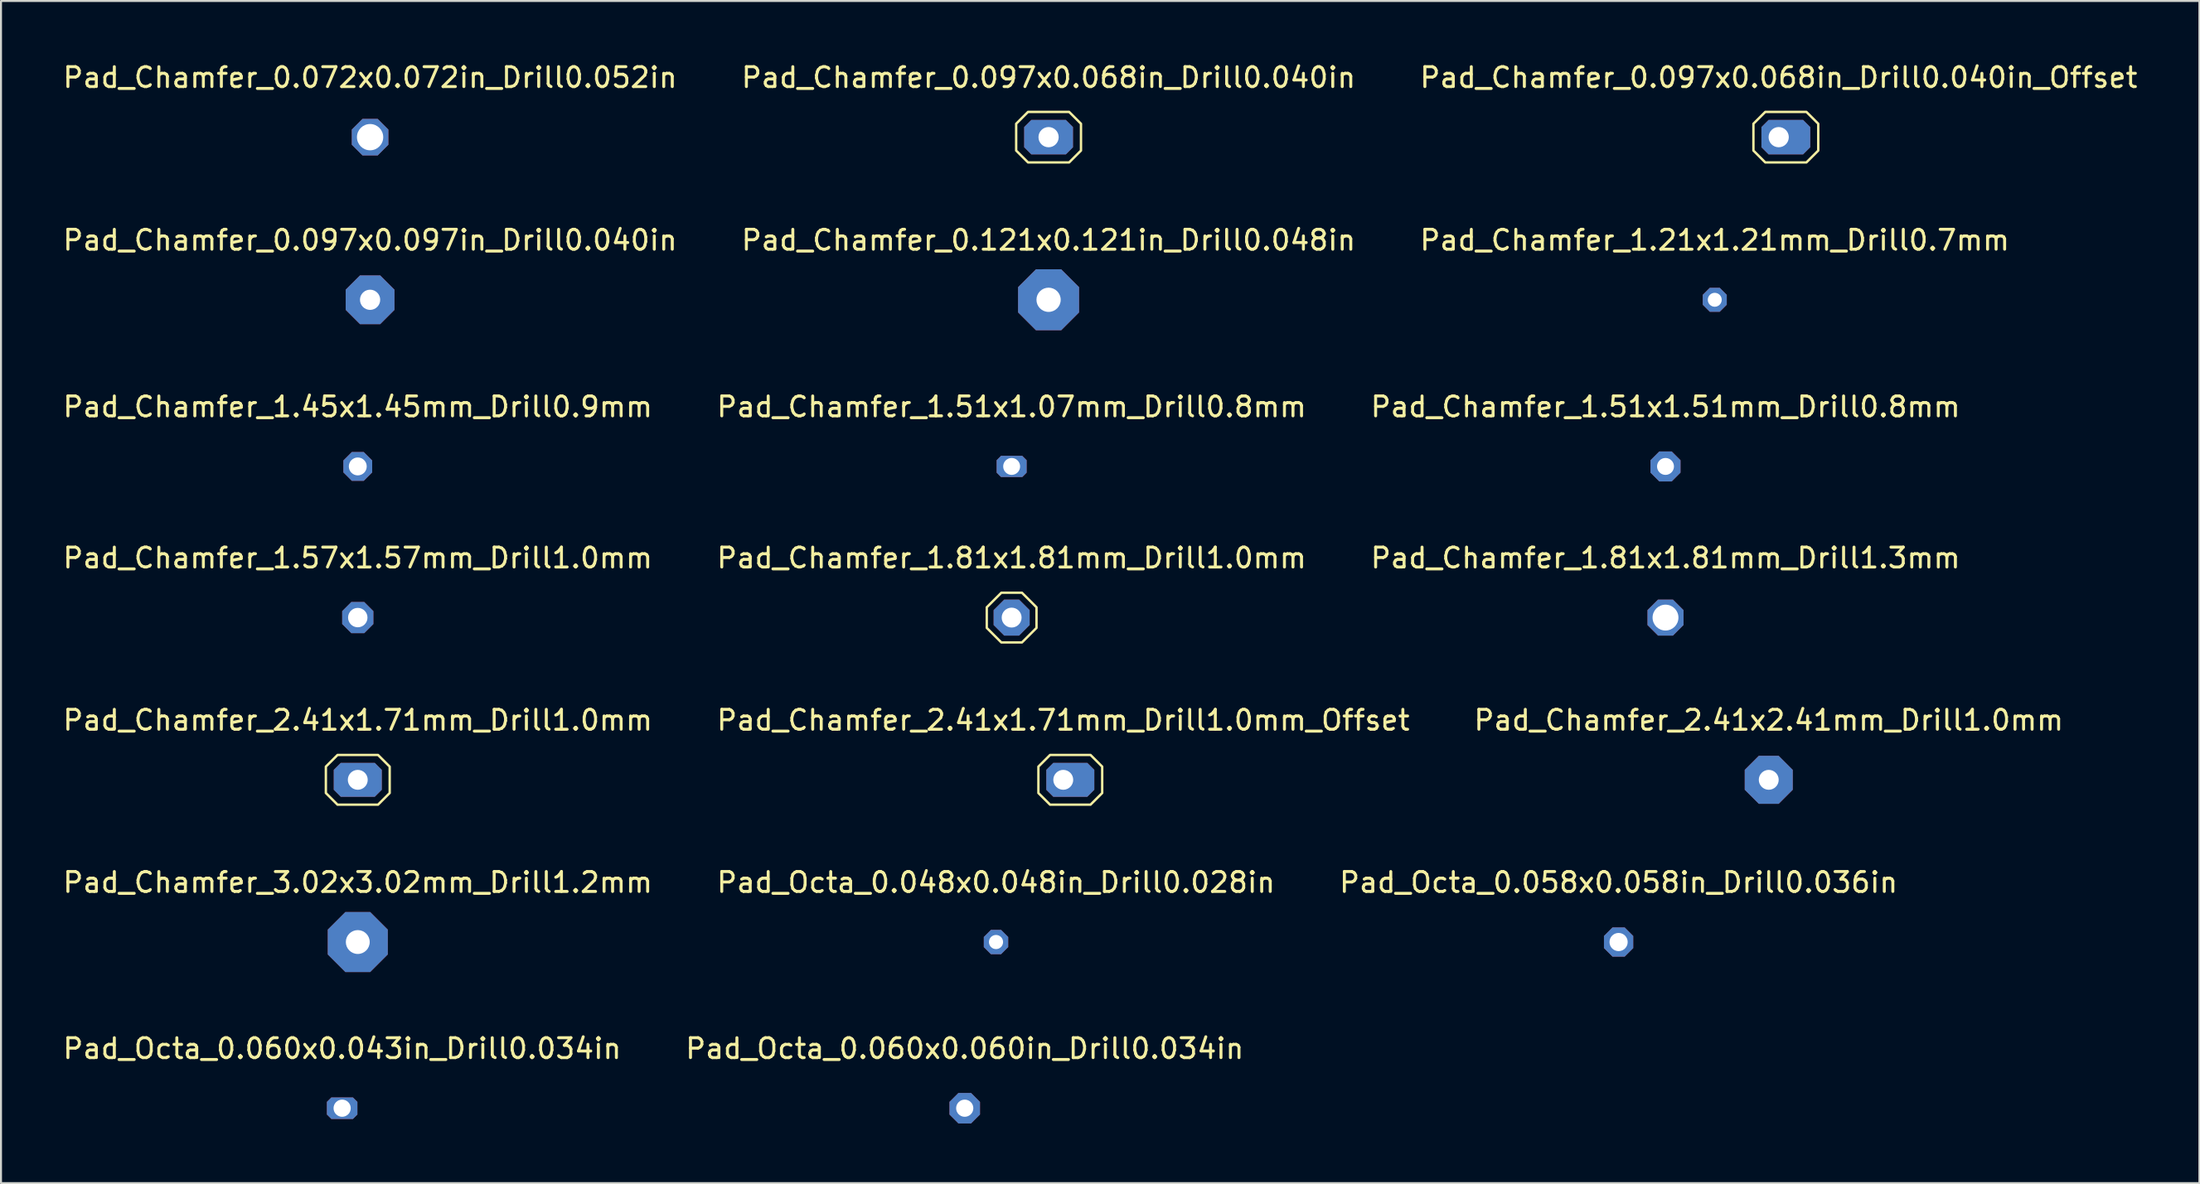
<source format=kicad_pcb>
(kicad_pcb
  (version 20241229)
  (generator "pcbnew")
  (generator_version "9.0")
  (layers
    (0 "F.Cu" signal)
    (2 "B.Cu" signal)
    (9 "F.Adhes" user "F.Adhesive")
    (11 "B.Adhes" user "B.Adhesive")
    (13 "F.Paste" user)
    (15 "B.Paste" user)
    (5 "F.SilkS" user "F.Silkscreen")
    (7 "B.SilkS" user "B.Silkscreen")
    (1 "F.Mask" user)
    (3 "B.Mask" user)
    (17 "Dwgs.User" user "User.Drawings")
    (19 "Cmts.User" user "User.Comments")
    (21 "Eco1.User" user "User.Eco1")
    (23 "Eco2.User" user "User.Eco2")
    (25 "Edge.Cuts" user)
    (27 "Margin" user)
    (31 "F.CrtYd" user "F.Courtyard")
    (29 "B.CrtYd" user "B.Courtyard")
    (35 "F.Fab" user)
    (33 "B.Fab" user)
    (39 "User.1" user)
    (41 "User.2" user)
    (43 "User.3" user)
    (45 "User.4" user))
  (footprint "Pad_Chamfer_2.41x2.41mm_Drill1.0mm"
    (layer "F.Cu")
    (at 85.863 36.169)
    (property "Reference" "Pad_Chamfer_2.41x2.41mm_Drill1.0mm" (at 0 -3 0) (layer "F.SilkS") (effects (font (size 1 1) (thickness 0.15))))
    (attr exclude_from_pos_files exclude_from_bom)
    (pad "1" thru_hole roundrect (at 0 0) (size 2.414 2.414) (drill 1) (layers "*.Cu" "*.Mask") (roundrect_rratio 0) (chamfer_ratio 0.293) (chamfer top_left top_right bottom_left bottom_right)))
  (footprint "Pad_Chamfer_1.51x1.07mm_Drill0.8mm"
    (layer "F.Cu")
    (at 47.804 20.408)
    (property "Reference" "Pad_Chamfer_1.51x1.07mm_Drill0.8mm" (at 0 -3 0) (layer "F.SilkS") (effects (font (size 1 1) (thickness 0.15))))
    (attr exclude_from_pos_files exclude_from_bom)
    (pad "1" connect circle (at -0.221 0) (size 0.85 0.85) (layers "F.Cu"))
    (pad "1" connect circle (at -0.221 0) (size 0.85 0.85) (layers "B.Cu"))
    (pad "1" thru_hole roundrect (at 0 0) (size 1.509 1.067) (drill 0.85) (layers "*.Cu" "*.Mask") (roundrect_rratio 0) (chamfer_ratio 0.207) (chamfer top_left top_right bottom_left bottom_right))
    (pad "1" connect circle (at 0.221 0) (size 0.85 0.85) (layers "F.Cu"))
    (pad "1" connect circle (at 0.221 0) (size 0.85 0.85) (layers "B.Cu")))
  (footprint "Pad_Chamfer_0.097x0.068in_Drill0.040in_Offset"
    (layer "F.Cu")
    (at 86.363 3.848)
    (property "Reference" "Pad_Chamfer_0.097x0.068in_Drill0.040in_Offset" (at 0 -3 0) (layer "F.SilkS") (effects (font (size 1 1) (thickness 0.15))))
    (attr exclude_from_pos_files exclude_from_bom)
    (fp_poly (pts (xy 1.988 0.675) (xy 1.393 1.27) (xy -0.675 1.27) (xy -1.27 0.675) (xy -1.27 -0.675) (xy -0.675 -1.27) (xy 1.393 -1.27) (xy 1.988 -0.675)) (stroke (width 0.12) (type default)) (fill no) (layer "F.SilkS"))
    (pad "1" thru_hole roundrect (at 0 0) (size 2.453 1.734) (drill 1.016 (offset 0.359 0)) (layers "*.Cu" "*.Mask") (roundrect_rratio 0) (chamfer_ratio 0.207) (chamfer top_left top_right bottom_left bottom_right))
    (pad "1" connect circle (at 0.359 0) (size 1.016 1.016) (layers "F.Cu"))
    (pad "1" connect circle (at 0.359 0) (size 1.016 1.016) (layers "B.Cu"))
    (pad "1" connect circle (at 0.718 0) (size 1.016 1.016) (layers "F.Cu"))
    (pad "1" connect circle (at 0.718 0) (size 1.016 1.016) (layers "B.Cu")))
  (footprint "Pad_Octa_0.058x0.058in_Drill0.036in"
    (layer "F.Cu")
    (at 78.315 44.327)
    (property "Reference" "Pad_Octa_0.058x0.058in_Drill0.036in" (at 0 -3 0) (layer "F.SilkS") (effects (font (size 1 1) (thickness 0.15))))
    (attr exclude_from_pos_files exclude_from_bom)
    (pad "1" thru_hole custom (at 0 0) (size 1.472 1.472) (drill 0.914) (layers "*.Cu" "*.Mask") (options (anchor circle)) (primitives (gr_poly (pts (xy 0.736 0.305) (xy 0.305 0.736) (xy -0.305 0.736) (xy -0.736 0.305) (xy -0.736 -0.305) (xy -0.305 -0.736) (xy 0.305 -0.736) (xy 0.736 -0.305)) (width 0) (fill yes)))))
  (footprint "Pad_Chamfer_2.41x1.71mm_Drill1.0mm"
    (layer "F.Cu")
    (at 14.935 36.169)
    (property "Reference" "Pad_Chamfer_2.41x1.71mm_Drill1.0mm" (at 0 -3 0) (layer "F.SilkS") (effects (font (size 1 1) (thickness 0.15))))
    (attr exclude_from_pos_files exclude_from_bom)
    (fp_poly (pts (xy 1.604 0.664) (xy 1.018 1.25) (xy -1.018 1.25) (xy -1.604 0.664) (xy -1.604 -0.664) (xy -1.018 -1.25) (xy 1.018 -1.25) (xy 1.604 -0.664)) (stroke (width 0.12) (type default)) (fill no) (layer "F.SilkS"))
    (pad "1" connect circle (at -0.354 0) (size 1 1) (layers "F.Cu"))
    (pad "1" connect circle (at -0.354 0) (size 1 1) (layers "B.Cu"))
    (pad "1" thru_hole roundrect (at 0 0) (size 2.414 1.707) (drill 1) (layers "*.Cu" "*.Mask") (roundrect_rratio 0) (chamfer_ratio 0.207) (chamfer top_left top_right bottom_left bottom_right))
    (pad "1" connect circle (at 0.354 0) (size 1 1) (layers "F.Cu"))
    (pad "1" connect circle (at 0.354 0) (size 1 1) (layers "B.Cu")))
  (footprint "Pad_Octa_0.060x0.060in_Drill0.034in"
    (layer "F.Cu")
    (at 45.446 52.684)
    (property "Reference" "Pad_Octa_0.060x0.060in_Drill0.034in" (at 0 -3 0) (layer "F.SilkS") (effects (font (size 1 1) (thickness 0.15))))
    (attr exclude_from_pos_files exclude_from_bom)
    (pad "1" thru_hole custom (at 0 0) (size 1.533 1.533) (drill 0.864) (layers "*.Cu" "*.Mask") (options (anchor circle)) (primitives (gr_poly (pts (xy 0.767 0.318) (xy 0.318 0.767) (xy -0.318 0.767) (xy -0.767 0.318) (xy -0.767 -0.318) (xy -0.318 -0.767) (xy 0.318 -0.767) (xy 0.767 -0.318)) (width 0) (fill yes)))))
  (footprint "Pad_Octa_0.060x0.043in_Drill0.034in"
    (layer "F.Cu")
    (at 14.149 52.684)
    (property "Reference" "Pad_Octa_0.060x0.043in_Drill0.034in" (at 0 -3 0) (layer "F.SilkS") (effects (font (size 1 1) (thickness 0.15))))
    (attr exclude_from_pos_files exclude_from_bom)
    (pad "1" connect circle (at -0.225 0) (size 0.864 0.864) (layers "F.Cu"))
    (pad "1" connect circle (at -0.225 0) (size 0.864 0.864) (layers "B.Cu"))
    (pad "1" thru_hole custom (at 0 0) (size 1.084 1.084) (drill 0.864) (layers "*.Cu" "*.Mask") (options (anchor circle)) (primitives (gr_poly (pts (xy 0.767 0.318) (xy 0.542 0.542) (xy -0.542 0.542) (xy -0.767 0.318) (xy -0.767 -0.318) (xy -0.542 -0.542) (xy 0.542 -0.542) (xy 0.767 -0.318)) (width 0) (fill yes))))
    (pad "1" connect circle (at 0.225 0) (size 0.864 0.864) (layers "F.Cu"))
    (pad "1" connect circle (at 0.225 0) (size 0.864 0.864) (layers "B.Cu")))
  (footprint "Pad_Chamfer_1.51x1.51mm_Drill0.8mm"
    (layer "F.Cu")
    (at 80.673 20.408)
    (property "Reference" "Pad_Chamfer_1.51x1.51mm_Drill0.8mm" (at 0 -3 0) (layer "F.SilkS") (effects (font (size 1 1) (thickness 0.15))))
    (attr exclude_from_pos_files exclude_from_bom)
    (pad "1" thru_hole roundrect (at 0 0) (size 1.509 1.509) (drill 0.85) (layers "*.Cu" "*.Mask") (roundrect_rratio 0) (chamfer_ratio 0.293) (chamfer top_left top_right bottom_left bottom_right)))
  (footprint "Pad_Chamfer_0.121x0.121in_Drill0.048in"
    (layer "F.Cu")
    (at 49.661 12.027)
    (property "Reference" "Pad_Chamfer_0.121x0.121in_Drill0.048in" (at 0 -3 0) (layer "F.SilkS") (effects (font (size 1 1) (thickness 0.15))))
    (attr exclude_from_pos_files exclude_from_bom)
    (pad "1" thru_hole roundrect (at 0 0) (size 3.066 3.066) (drill 1.219) (layers "*.Cu" "*.Mask") (roundrect_rratio 0) (chamfer_ratio 0.293) (chamfer top_left top_right bottom_left bottom_right)))
  (footprint "Pad_Chamfer_2.41x1.71mm_Drill1.0mm_Offset"
    (layer "F.Cu")
    (at 50.399 36.169)
    (property "Reference" "Pad_Chamfer_2.41x1.71mm_Drill1.0mm_Offset" (at 0 -3 0) (layer "F.SilkS") (effects (font (size 1 1) (thickness 0.15))))
    (attr exclude_from_pos_files exclude_from_bom)
    (fp_poly (pts (xy 1.957 0.664) (xy 1.371 1.25) (xy -0.664 1.25) (xy -1.25 0.664) (xy -1.25 -0.664) (xy -0.664 -1.25) (xy 1.371 -1.25) (xy 1.957 -0.664)) (stroke (width 0.12) (type default)) (fill no) (layer "F.SilkS"))
    (pad "1" thru_hole roundrect (at 0 0) (size 2.414 1.707) (drill 1 (offset 0.354 0)) (layers "*.Cu" "*.Mask") (roundrect_rratio 0) (chamfer_ratio 0.207) (chamfer top_left top_right bottom_left bottom_right))
    (pad "1" connect circle (at 0.354 0) (size 1 1) (layers "F.Cu"))
    (pad "1" connect circle (at 0.354 0) (size 1 1) (layers "B.Cu"))
    (pad "1" connect circle (at 0.707 0) (size 1 1) (layers "F.Cu"))
    (pad "1" connect circle (at 0.707 0) (size 1 1) (layers "B.Cu")))
  (footprint "Pad_Chamfer_1.81x1.81mm_Drill1.3mm"
    (layer "F.Cu")
    (at 80.673 28.01)
    (property "Reference" "Pad_Chamfer_1.81x1.81mm_Drill1.3mm" (at 0 -3 0) (layer "F.SilkS") (effects (font (size 1 1) (thickness 0.15))))
    (attr exclude_from_pos_files exclude_from_bom)
    (pad "1" thru_hole roundrect (at 0 0) (size 1.811 1.811) (drill 1.3) (layers "*.Cu" "*.Mask") (roundrect_rratio 0) (chamfer_ratio 0.293) (chamfer top_left top_right bottom_left bottom_right)))
  (footprint "Pad_Chamfer_0.072x0.072in_Drill0.052in"
    (layer "F.Cu")
    (at 15.554 3.848)
    (property "Reference" "Pad_Chamfer_0.072x0.072in_Drill0.052in" (at 0 -3 0) (layer "F.SilkS") (effects (font (size 1 1) (thickness 0.15))))
    (attr exclude_from_pos_files exclude_from_bom)
    (pad "1" thru_hole roundrect (at 0 0) (size 1.84 1.84) (drill 1.321) (layers "*.Cu" "*.Mask") (roundrect_rratio 0) (chamfer_ratio 0.293) (chamfer top_left top_right bottom_left bottom_right)))
  (footprint "Pad_Chamfer_0.097x0.097in_Drill0.040in"
    (layer "F.Cu")
    (at 15.554 12.027)
    (property "Reference" "Pad_Chamfer_0.097x0.097in_Drill0.040in" (at 0 -3 0) (layer "F.SilkS") (effects (font (size 1 1) (thickness 0.15))))
    (attr exclude_from_pos_files exclude_from_bom)
    (pad "1" thru_hole roundrect (at 0 0) (size 2.453 2.453) (drill 1.016) (layers "*.Cu" "*.Mask") (roundrect_rratio 0) (chamfer_ratio 0.293) (chamfer top_left top_right bottom_left bottom_right)))
  (footprint "Pad_Chamfer_3.02x3.02mm_Drill1.2mm"
    (layer "F.Cu")
    (at 14.935 44.327)
    (property "Reference" "Pad_Chamfer_3.02x3.02mm_Drill1.2mm" (at 0 -3 0) (layer "F.SilkS") (effects (font (size 1 1) (thickness 0.15))))
    (attr exclude_from_pos_files exclude_from_bom)
    (pad "1" thru_hole roundrect (at 0 0) (size 3.018 3.018) (drill 1.2) (layers "*.Cu" "*.Mask") (roundrect_rratio 0) (chamfer_ratio 0.293) (chamfer top_left top_right bottom_left bottom_right)))
  (footprint "Pad_Chamfer_1.81x1.81mm_Drill1.0mm"
    (layer "F.Cu")
    (at 47.804 28.01)
    (property "Reference" "Pad_Chamfer_1.81x1.81mm_Drill1.0mm" (at 0 -3 0) (layer "F.SilkS") (effects (font (size 1 1) (thickness 0.15))))
    (attr exclude_from_pos_files exclude_from_bom)
    (fp_poly (pts (xy 1.25 0.518) (xy 0.518 1.25) (xy -0.518 1.25) (xy -1.25 0.518) (xy -1.25 -0.518) (xy -0.518 -1.25) (xy 0.518 -1.25) (xy 1.25 -0.518)) (stroke (width 0.12) (type default)) (fill no) (layer "F.SilkS"))
    (pad "1" thru_hole roundrect (at 0 0) (size 1.811 1.811) (drill 1) (layers "*.Cu" "*.Mask") (roundrect_rratio 0) (chamfer_ratio 0.293) (chamfer top_left top_right bottom_left bottom_right)))
  (footprint "Pad_Chamfer_0.097x0.068in_Drill0.040in"
    (layer "F.Cu")
    (at 49.661 3.848)
    (property "Reference" "Pad_Chamfer_0.097x0.068in_Drill0.040in" (at 0 -3 0) (layer "F.SilkS") (effects (font (size 1 1) (thickness 0.15))))
    (attr exclude_from_pos_files exclude_from_bom)
    (fp_poly (pts (xy 1.629 0.675) (xy 1.034 1.27) (xy -1.034 1.27) (xy -1.629 0.675) (xy -1.629 -0.675) (xy -1.034 -1.27) (xy 1.034 -1.27) (xy 1.629 -0.675)) (stroke (width 0.12) (type default)) (fill no) (layer "F.SilkS"))
    (pad "1" connect circle (at -0.359 0) (size 1.016 1.016) (layers "F.Cu"))
    (pad "1" connect circle (at -0.359 0) (size 1.016 1.016) (layers "B.Cu"))
    (pad "1" thru_hole roundrect (at 0 0) (size 2.453 1.734) (drill 1.016) (layers "*.Cu" "*.Mask") (roundrect_rratio 0) (chamfer_ratio 0.207) (chamfer top_left top_right bottom_left bottom_right))
    (pad "1" connect circle (at 0.359 0) (size 1.016 1.016) (layers "F.Cu"))
    (pad "1" connect circle (at 0.359 0) (size 1.016 1.016) (layers "B.Cu")))
  (footprint "Pad_Chamfer_1.21x1.21mm_Drill0.7mm"
    (layer "F.Cu")
    (at 83.149 12.027)
    (property "Reference" "Pad_Chamfer_1.21x1.21mm_Drill0.7mm" (at 0 -3 0) (layer "F.SilkS") (effects (font (size 1 1) (thickness 0.15))))
    (attr exclude_from_pos_files exclude_from_bom)
    (pad "1" thru_hole roundrect (at 0 0) (size 1.207 1.207) (drill 0.7) (layers "*.Cu" "*.Mask") (roundrect_rratio 0) (chamfer_ratio 0.293) (chamfer top_left top_right bottom_left bottom_right)))
  (footprint "Pad_Octa_0.048x0.048in_Drill0.028in"
    (layer "F.Cu")
    (at 47.018 44.327)
    (property "Reference" "Pad_Octa_0.048x0.048in_Drill0.028in" (at 0 -3 0) (layer "F.SilkS") (effects (font (size 1 1) (thickness 0.15))))
    (attr exclude_from_pos_files exclude_from_bom)
    (pad "1" thru_hole custom (at 0 0) (size 1.226 1.226) (drill 0.711) (layers "*.Cu" "*.Mask") (options (anchor circle)) (primitives (gr_poly (pts (xy 0.613 0.254) (xy 0.254 0.613) (xy -0.254 0.613) (xy -0.613 0.254) (xy -0.613 -0.254) (xy -0.254 -0.613) (xy 0.254 -0.613) (xy 0.613 -0.254)) (width 0) (fill yes)))))
  (footprint "Pad_Chamfer_1.45x1.45mm_Drill0.9mm"
    (layer "F.Cu")
    (at 14.935 20.408)
    (property "Reference" "Pad_Chamfer_1.45x1.45mm_Drill0.9mm" (at 0 -3 0) (layer "F.SilkS") (effects (font (size 1 1) (thickness 0.15))))
    (attr exclude_from_pos_files exclude_from_bom)
    (pad "1" thru_hole roundrect (at 0 0) (size 1.449 1.449) (drill 0.9) (layers "*.Cu" "*.Mask") (roundrect_rratio 0) (chamfer_ratio 0.293) (chamfer top_left top_right bottom_left bottom_right)))
  (footprint "Pad_Chamfer_1.57x1.57mm_Drill1.0mm"
    (layer "F.Cu")
    (at 14.935 28.01)
    (property "Reference" "Pad_Chamfer_1.57x1.57mm_Drill1.0mm" (at 0 -3 0) (layer "F.SilkS") (effects (font (size 1 1) (thickness 0.15))))
    (attr exclude_from_pos_files exclude_from_bom)
    (pad "1" thru_hole roundrect (at 0 0) (size 1.569 1.569) (drill 0.975) (layers "*.Cu" "*.Mask") (roundrect_rratio 0) (chamfer_ratio 0.293) (chamfer top_left top_right bottom_left bottom_right)))
  (gr_rect
    (start -3 -3)
    (end 107.512 56.451)
    (stroke (width 0.1) (type default))
    (fill no)
    (layer "Edge.Cuts")))
</source>
